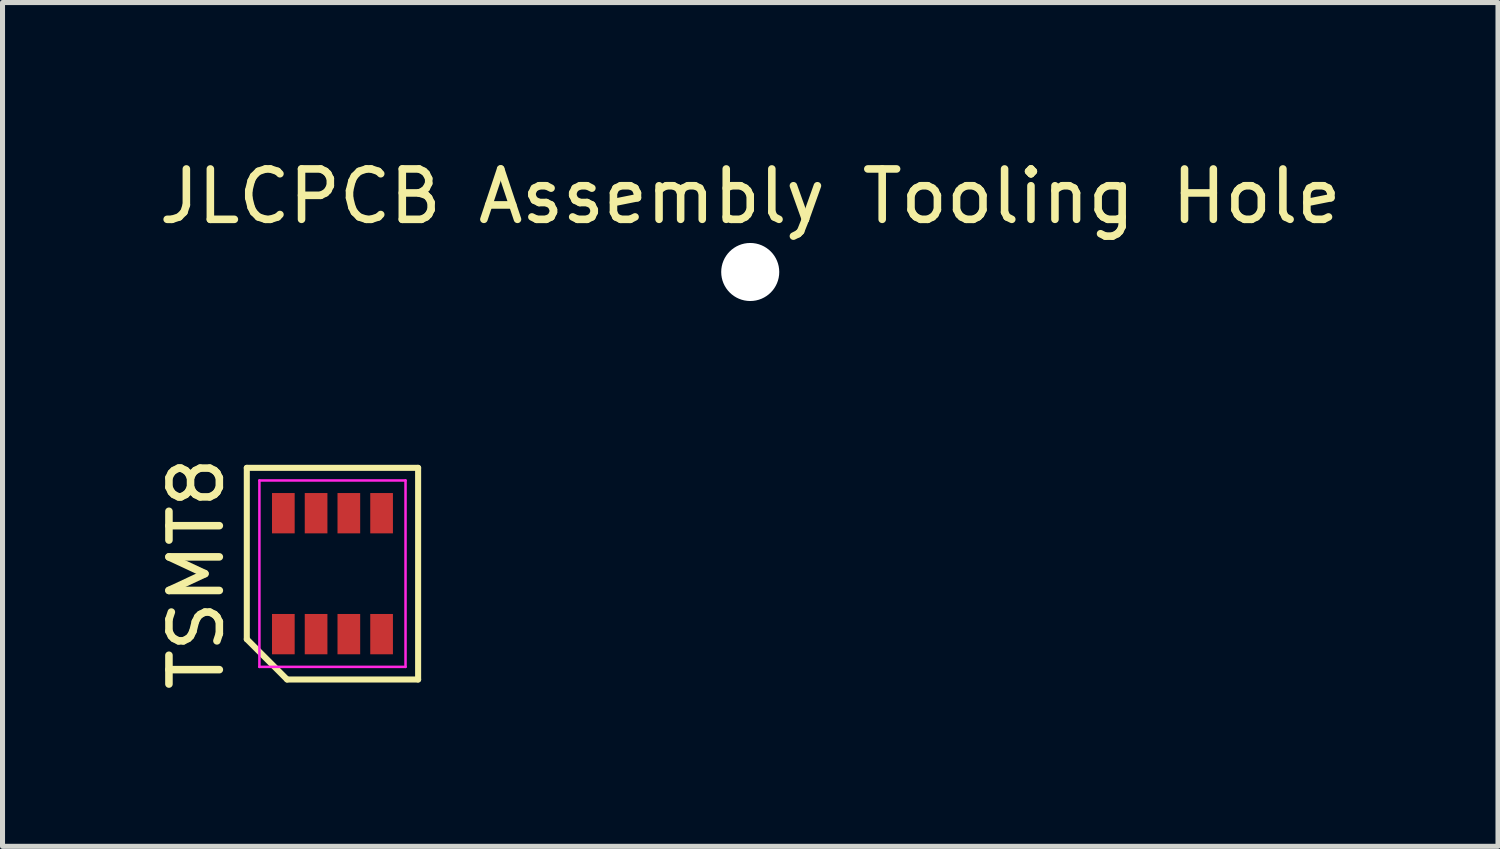
<source format=kicad_pcb>
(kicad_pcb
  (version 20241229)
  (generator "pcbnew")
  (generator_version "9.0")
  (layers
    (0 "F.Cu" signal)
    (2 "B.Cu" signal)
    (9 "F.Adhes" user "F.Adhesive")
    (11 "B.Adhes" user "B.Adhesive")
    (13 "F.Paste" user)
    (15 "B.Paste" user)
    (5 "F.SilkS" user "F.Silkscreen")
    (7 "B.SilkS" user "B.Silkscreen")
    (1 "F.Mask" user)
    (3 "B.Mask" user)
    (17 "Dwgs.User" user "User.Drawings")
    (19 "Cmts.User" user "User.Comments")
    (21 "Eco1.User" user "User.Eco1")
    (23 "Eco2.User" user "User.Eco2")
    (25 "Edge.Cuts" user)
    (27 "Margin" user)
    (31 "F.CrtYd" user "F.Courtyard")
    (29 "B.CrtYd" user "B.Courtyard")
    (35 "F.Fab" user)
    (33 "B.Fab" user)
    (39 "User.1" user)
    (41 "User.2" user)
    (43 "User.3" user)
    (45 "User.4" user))
  (footprint "JLCPCB Assembly Tooling Hole"
    (layer "F.Cu")
    (at 11.839 2.348)
    (property "Reference" "JLCPCB Assembly Tooling Hole" (at 0 -1.5 0) (unlocked yes) (layer "F.SilkS") (effects (font (size 1 1) (thickness 0.15))))
    (attr through_hole board_only exclude_from_bom)
    (pad "" np_thru_hole circle (at 0 0) (size 1.152 1.152) (drill 1.152) (layers "*.Cu" "*.Mask")))
  (footprint "TSMT8"
    (layer "F.Cu")
    (at 3.548 8.335)
    (property "Reference" "TSMT8" (at -2.7 0 90) (layer "F.SilkS") (effects (font (size 1 1) (thickness 0.15))))
    (attr smd)
    (fp_line (start -1.7 -2.1) (end 1.7 -2.1) (stroke (width 0.12) (type solid)) (layer "F.SilkS"))
    (fp_line (start -1.7 1.3) (end -1.7 -2.1) (stroke (width 0.12) (type solid)) (layer "F.SilkS"))
    (fp_line (start -0.9 2.1) (end -1.7 1.3) (stroke (width 0.12) (type solid)) (layer "F.SilkS"))
    (fp_line (start 1.7 -2.1) (end 1.7 2.1) (stroke (width 0.12) (type solid)) (layer "F.SilkS"))
    (fp_line (start 1.7 2.1) (end -0.9 2.1) (stroke (width 0.12) (type solid)) (layer "F.SilkS"))
    (fp_line (start -1.45 -1.85) (end 1.45 -1.85) (stroke (width 0.05) (type solid)) (layer "F.CrtYd"))
    (fp_line (start -1.45 1.85) (end -1.45 -1.85) (stroke (width 0.05) (type solid)) (layer "F.CrtYd"))
    (fp_line (start 1.45 -1.85) (end 1.45 1.85) (stroke (width 0.05) (type solid)) (layer "F.CrtYd"))
    (fp_line (start 1.45 1.85) (end -1.45 1.85) (stroke (width 0.05) (type solid)) (layer "F.CrtYd"))
    (pad "1" smd rect (at -0.975 1.2) (size 0.45 0.8) (layers "F.Cu" "F.Mask" "F.Paste"))
    (pad "2" smd rect (at -0.325 1.2) (size 0.45 0.8) (layers "F.Cu" "F.Mask" "F.Paste"))
    (pad "3" smd rect (at 0.325 1.2) (size 0.45 0.8) (layers "F.Cu" "F.Mask" "F.Paste"))
    (pad "4" smd rect (at 0.975 1.2) (size 0.45 0.8) (layers "F.Cu" "F.Mask" "F.Paste"))
    (pad "5" smd rect (at 0.975 -1.2) (size 0.45 0.8) (layers "F.Cu" "F.Mask" "F.Paste"))
    (pad "6" smd rect (at 0.325 -1.2) (size 0.45 0.8) (layers "F.Cu" "F.Mask" "F.Paste"))
    (pad "7" smd rect (at -0.325 -1.2) (size 0.45 0.8) (layers "F.Cu" "F.Mask" "F.Paste"))
    (pad "8" smd rect (at -0.975 -1.2) (size 0.45 0.8) (layers "F.Cu" "F.Mask" "F.Paste")))
  (gr_rect
    (start -3 -3)
    (end 26.679 13.746)
    (stroke (width 0.1) (type default))
    (fill no)
    (layer "Edge.Cuts")))
</source>
